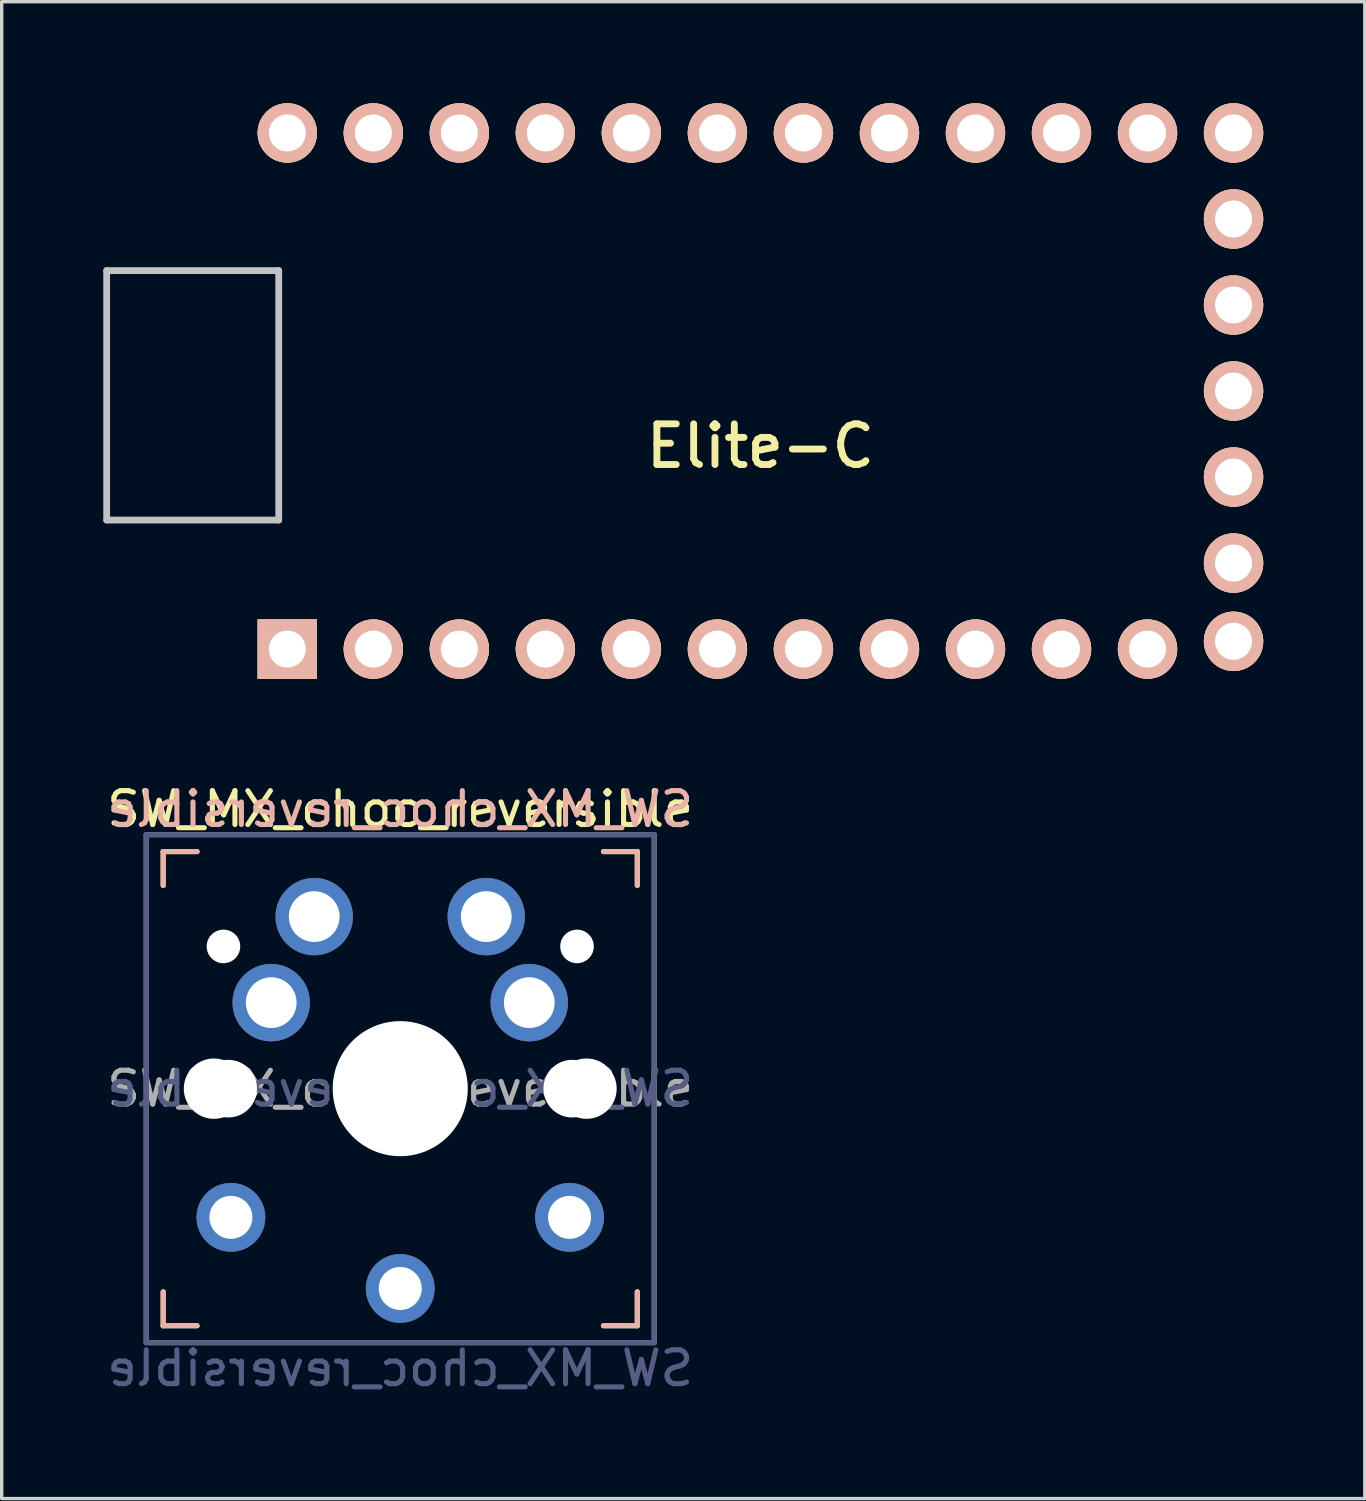
<source format=kicad_pcb>
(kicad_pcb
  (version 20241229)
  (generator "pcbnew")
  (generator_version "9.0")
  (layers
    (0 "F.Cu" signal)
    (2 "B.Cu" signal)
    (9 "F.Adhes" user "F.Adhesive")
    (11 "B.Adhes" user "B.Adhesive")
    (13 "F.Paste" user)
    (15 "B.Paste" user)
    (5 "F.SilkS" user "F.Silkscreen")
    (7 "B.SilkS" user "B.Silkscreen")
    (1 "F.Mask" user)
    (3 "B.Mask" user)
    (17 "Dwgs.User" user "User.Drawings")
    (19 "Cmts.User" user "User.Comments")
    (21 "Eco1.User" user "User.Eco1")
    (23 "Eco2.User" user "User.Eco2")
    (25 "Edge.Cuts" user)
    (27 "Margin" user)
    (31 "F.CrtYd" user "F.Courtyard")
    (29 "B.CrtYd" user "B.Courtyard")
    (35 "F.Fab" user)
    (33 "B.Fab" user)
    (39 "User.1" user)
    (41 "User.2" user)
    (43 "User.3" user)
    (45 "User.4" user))
  (footprint "SW_MX_choc_reversible"
    (layer "F.Cu")
    (at 8.768 29.096)
    (property "Reference" "SW_MX_choc_reversible" (at 0 -8.255 0) (layer "F.SilkS") (effects (font (size 1 1) (thickness 0.15))))
    (property "Value" "SW_MX_choc_reversible" (at 0 8.255 0) (layer "F.Fab") (hide yes) (effects (font (size 1 1) (thickness 0.15))))
    (attr through_hole)
    (fp_line (start -7 -7) (end -6 -7) (stroke (width 0.15) (type solid)) (layer "F.SilkS"))
    (fp_line (start -7 -6) (end -7 -7) (stroke (width 0.15) (type solid)) (layer "F.SilkS"))
    (fp_line (start -7 7) (end -7 6) (stroke (width 0.15) (type solid)) (layer "F.SilkS"))
    (fp_line (start -6 7) (end -7 7) (stroke (width 0.15) (type solid)) (layer "F.SilkS"))
    (fp_line (start 6 -7) (end 7 -7) (stroke (width 0.15) (type solid)) (layer "F.SilkS"))
    (fp_line (start 7 -7) (end 7 -6) (stroke (width 0.15) (type solid)) (layer "F.SilkS"))
    (fp_line (start 7 6) (end 7 7) (stroke (width 0.15) (type solid)) (layer "F.SilkS"))
    (fp_line (start 7 7) (end 6 7) (stroke (width 0.15) (type solid)) (layer "F.SilkS"))
    (fp_line (start -7 -7) (end -6 -7) (stroke (width 0.15) (type solid)) (layer "B.SilkS"))
    (fp_line (start -7 -6) (end -7 -7) (stroke (width 0.15) (type solid)) (layer "B.SilkS"))
    (fp_line (start -7 7) (end -7 6) (stroke (width 0.15) (type solid)) (layer "B.SilkS"))
    (fp_line (start -6 7) (end -7 7) (stroke (width 0.15) (type solid)) (layer "B.SilkS"))
    (fp_line (start 6 -7) (end 7 -7) (stroke (width 0.15) (type solid)) (layer "B.SilkS"))
    (fp_line (start 7 -7) (end 7 -6) (stroke (width 0.15) (type solid)) (layer "B.SilkS"))
    (fp_line (start 7 6) (end 7 7) (stroke (width 0.15) (type solid)) (layer "B.SilkS"))
    (fp_line (start 7 7) (end 6 7) (stroke (width 0.15) (type solid)) (layer "B.SilkS"))
    (fp_line (start -6.9 6.9) (end -6.9 -6.9) (stroke (width 0.15) (type solid)) (layer "Eco2.User"))
    (fp_line (start -6.9 6.9) (end 6.9 6.9) (stroke (width 0.15) (type solid)) (layer "Eco2.User"))
    (fp_line (start 6.9 -6.9) (end -6.9 -6.9) (stroke (width 0.15) (type solid)) (layer "Eco2.User"))
    (fp_line (start 6.9 -6.9) (end 6.9 6.9) (stroke (width 0.15) (type solid)) (layer "Eco2.User"))
    (fp_line (start -7.5 -7.5) (end 7.5 -7.5) (stroke (width 0.15) (type solid)) (layer "B.Fab"))
    (fp_line (start -7.5 7.5) (end -7.5 -7.5) (stroke (width 0.15) (type solid)) (layer "B.Fab"))
    (fp_line (start 7.5 -7.5) (end 7.5 7.5) (stroke (width 0.15) (type solid)) (layer "B.Fab"))
    (fp_line (start 7.5 7.5) (end -7.5 7.5) (stroke (width 0.15) (type solid)) (layer "B.Fab"))
    (fp_line (start -7.5 -7.5) (end 7.5 -7.5) (stroke (width 0.15) (type solid)) (layer "F.Fab"))
    (fp_line (start -7.5 7.5) (end -7.5 -7.5) (stroke (width 0.15) (type solid)) (layer "F.Fab"))
    (fp_line (start 7.5 -7.5) (end 7.5 7.5) (stroke (width 0.15) (type solid)) (layer "F.Fab"))
    (fp_line (start 7.5 7.5) (end -7.5 7.5) (stroke (width 0.15) (type solid)) (layer "F.Fab"))
    (fp_text user "${REFERENCE}" (at 0 -8.255 0) (layer "B.SilkS") (effects (font (size 1 1) (thickness 0.15)) (justify mirror)))
    (fp_text user "${REFERENCE}" (at 0 0 0) (layer "B.Fab") (effects (font (size 1 1) (thickness 0.15)) (justify mirror)))
    (fp_text user "${VALUE}" (at 0 8.255 0) (layer "B.Fab") (effects (font (size 1 1) (thickness 0.15)) (justify mirror)))
    (fp_text user "${REFERENCE}" (at 0 0 0) (layer "F.Fab") (effects (font (size 1 1) (thickness 0.15))))
    (pad "" np_thru_hole circle (at -5.5 0) (size 1.782 1.782) (drill 1.782) (layers "*.Cu" "*.Mask"))
    (pad "" np_thru_hole circle (at -5.22 -4.2) (size 0.991 0.991) (drill 0.991) (layers "*.Cu" "*.Mask"))
    (pad "" np_thru_hole circle (at -5.08 0) (size 1.702 1.702) (drill 1.702) (layers "*.Cu" "*.Mask"))
    (pad "" np_thru_hole circle (at 0 0) (size 3.988 3.988) (drill 3.988) (layers "*.Cu" "*.Mask"))
    (pad "" np_thru_hole circle (at 5.08 0) (size 1.702 1.702) (drill 1.702) (layers "*.Cu" "*.Mask"))
    (pad "" np_thru_hole circle (at 5.22 -4.2) (size 0.991 0.991) (drill 0.991) (layers "*.Cu" "*.Mask"))
    (pad "" np_thru_hole circle (at 5.5 0) (size 1.782 1.782) (drill 1.782) (layers "*.Cu" "*.Mask"))
    (pad "1" thru_hole circle (at -3.81 -2.54) (size 2.286 2.286) (drill 1.499) (layers "*.Cu" "*.Mask"))
    (pad "1" thru_hole circle (at -2.54 -5.08) (size 2.286 2.286) (drill 1.499) (layers "*.Cu" "*.Mask"))
    (pad "1" thru_hole circle (at 0 5.9) (size 2.032 2.032) (drill 1.27) (layers "*.Cu" "*.Mask"))
    (pad "2" thru_hole circle (at -5 3.8) (size 2.032 2.032) (drill 1.27) (layers "*.Cu" "*.Mask"))
    (pad "2" thru_hole circle (at 2.54 -5.08) (size 2.286 2.286) (drill 1.499) (layers "*.Cu" "*.Mask"))
    (pad "2" thru_hole circle (at 3.81 -2.54) (size 2.286 2.286) (drill 1.499) (layers "*.Cu" "*.Mask"))
    (pad "2" thru_hole circle (at 5 3.8) (size 2.032 2.032) (drill 1.27) (layers "*.Cu" "*.Mask")))
  (footprint "Elite-C"
    (layer "F.Cu")
    (at 19.404 8.496)
    (property "Reference" "Elite-C" (at 0 1.625 0) (layer "F.SilkS") (effects (font (size 1.2 1.2) (thickness 0.203))))
    (attr through_hole)
    (fp_line (start -19.304 -3.556) (end -14.224 -3.556) (stroke (width 0.2) (type solid)) (layer "Dwgs.User"))
    (fp_line (start -19.304 3.81) (end -19.304 -3.556) (stroke (width 0.2) (type solid)) (layer "Dwgs.User"))
    (fp_line (start -14.224 -3.556) (end -14.224 3.81) (stroke (width 0.2) (type solid)) (layer "Dwgs.User"))
    (fp_line (start -14.224 3.81) (end -19.304 3.81) (stroke (width 0.2) (type solid)) (layer "Dwgs.User"))
    (pad "1" thru_hole rect (at -13.97 7.62) (size 1.753 1.753) (drill 1.092) (layers "*.Cu" "*.SilkS" "*.Mask"))
    (pad "2" thru_hole circle (at -11.43 7.62) (size 1.753 1.753) (drill 1.092) (layers "*.Cu" "*.SilkS" "*.Mask"))
    (pad "3" thru_hole circle (at -8.89 7.62) (size 1.753 1.753) (drill 1.092) (layers "*.Cu" "*.SilkS" "*.Mask"))
    (pad "4" thru_hole circle (at -6.35 7.62) (size 1.753 1.753) (drill 1.092) (layers "*.Cu" "*.SilkS" "*.Mask"))
    (pad "5" thru_hole circle (at -3.81 7.62) (size 1.753 1.753) (drill 1.092) (layers "*.Cu" "*.SilkS" "*.Mask"))
    (pad "6" thru_hole circle (at -1.27 7.62) (size 1.753 1.753) (drill 1.092) (layers "*.Cu" "*.SilkS" "*.Mask"))
    (pad "7" thru_hole circle (at 1.27 7.62) (size 1.753 1.753) (drill 1.092) (layers "*.Cu" "*.SilkS" "*.Mask"))
    (pad "8" thru_hole circle (at 3.81 7.62) (size 1.753 1.753) (drill 1.092) (layers "*.Cu" "*.SilkS" "*.Mask"))
    (pad "9" thru_hole circle (at 6.35 7.62) (size 1.753 1.753) (drill 1.092) (layers "*.Cu" "*.SilkS" "*.Mask"))
    (pad "10" thru_hole circle (at 8.89 7.62) (size 1.753 1.753) (drill 1.092) (layers "*.Cu" "*.SilkS" "*.Mask"))
    (pad "11" thru_hole circle (at 11.43 7.62) (size 1.753 1.753) (drill 1.092) (layers "*.Cu" "*.SilkS" "*.Mask"))
    (pad "12" thru_hole circle (at 13.97 7.391) (size 1.753 1.753) (drill 1.092) (layers "*.Cu" "*.SilkS" "*.Mask"))
    (pad "13" thru_hole circle (at 13.97 -7.62) (size 1.753 1.753) (drill 1.092) (layers "*.Cu" "*.SilkS" "*.Mask"))
    (pad "14" thru_hole circle (at 11.43 -7.62) (size 1.753 1.753) (drill 1.092) (layers "*.Cu" "*.SilkS" "*.Mask"))
    (pad "15" thru_hole circle (at 8.89 -7.62) (size 1.753 1.753) (drill 1.092) (layers "*.Cu" "*.SilkS" "*.Mask"))
    (pad "16" thru_hole circle (at 6.35 -7.62) (size 1.753 1.753) (drill 1.092) (layers "*.Cu" "*.SilkS" "*.Mask"))
    (pad "17" thru_hole circle (at 3.81 -7.62) (size 1.753 1.753) (drill 1.092) (layers "*.Cu" "*.SilkS" "*.Mask"))
    (pad "18" thru_hole circle (at 1.27 -7.62) (size 1.753 1.753) (drill 1.092) (layers "*.Cu" "*.SilkS" "*.Mask"))
    (pad "19" thru_hole circle (at -1.27 -7.62) (size 1.753 1.753) (drill 1.092) (layers "*.Cu" "*.SilkS" "*.Mask"))
    (pad "20" thru_hole circle (at -3.81 -7.62) (size 1.753 1.753) (drill 1.092) (layers "*.Cu" "*.SilkS" "*.Mask"))
    (pad "21" thru_hole circle (at -6.35 -7.62) (size 1.753 1.753) (drill 1.092) (layers "*.Cu" "*.SilkS" "*.Mask"))
    (pad "22" thru_hole circle (at -8.89 -7.62) (size 1.753 1.753) (drill 1.092) (layers "*.Cu" "*.SilkS" "*.Mask"))
    (pad "23" thru_hole circle (at -11.43 -7.62) (size 1.753 1.753) (drill 1.092) (layers "*.Cu" "*.SilkS" "*.Mask"))
    (pad "24" thru_hole circle (at -13.97 -7.62) (size 1.753 1.753) (drill 1.092) (layers "*.Cu" "*.SilkS" "*.Mask"))
    (pad "25" thru_hole circle (at 13.97 5.08) (size 1.753 1.753) (drill 1.092) (layers "*.Cu" "*.SilkS" "*.Mask"))
    (pad "26" thru_hole circle (at 13.97 2.54) (size 1.753 1.753) (drill 1.092) (layers "*.Cu" "*.SilkS" "*.Mask"))
    (pad "27" thru_hole circle (at 13.97 0) (size 1.753 1.753) (drill 1.092) (layers "*.Cu" "*.SilkS" "*.Mask"))
    (pad "28" thru_hole circle (at 13.97 -2.54) (size 1.753 1.753) (drill 1.092) (layers "*.Cu" "*.SilkS" "*.Mask"))
    (pad "29" thru_hole circle (at 13.97 -5.08) (size 1.753 1.753) (drill 1.092) (layers "*.Cu" "*.SilkS" "*.Mask")))
  (gr_rect
    (start -3 -3)
    (end 37.25 41.199)
    (stroke (width 0.1) (type default))
    (fill no)
    (layer "Edge.Cuts")))
</source>
